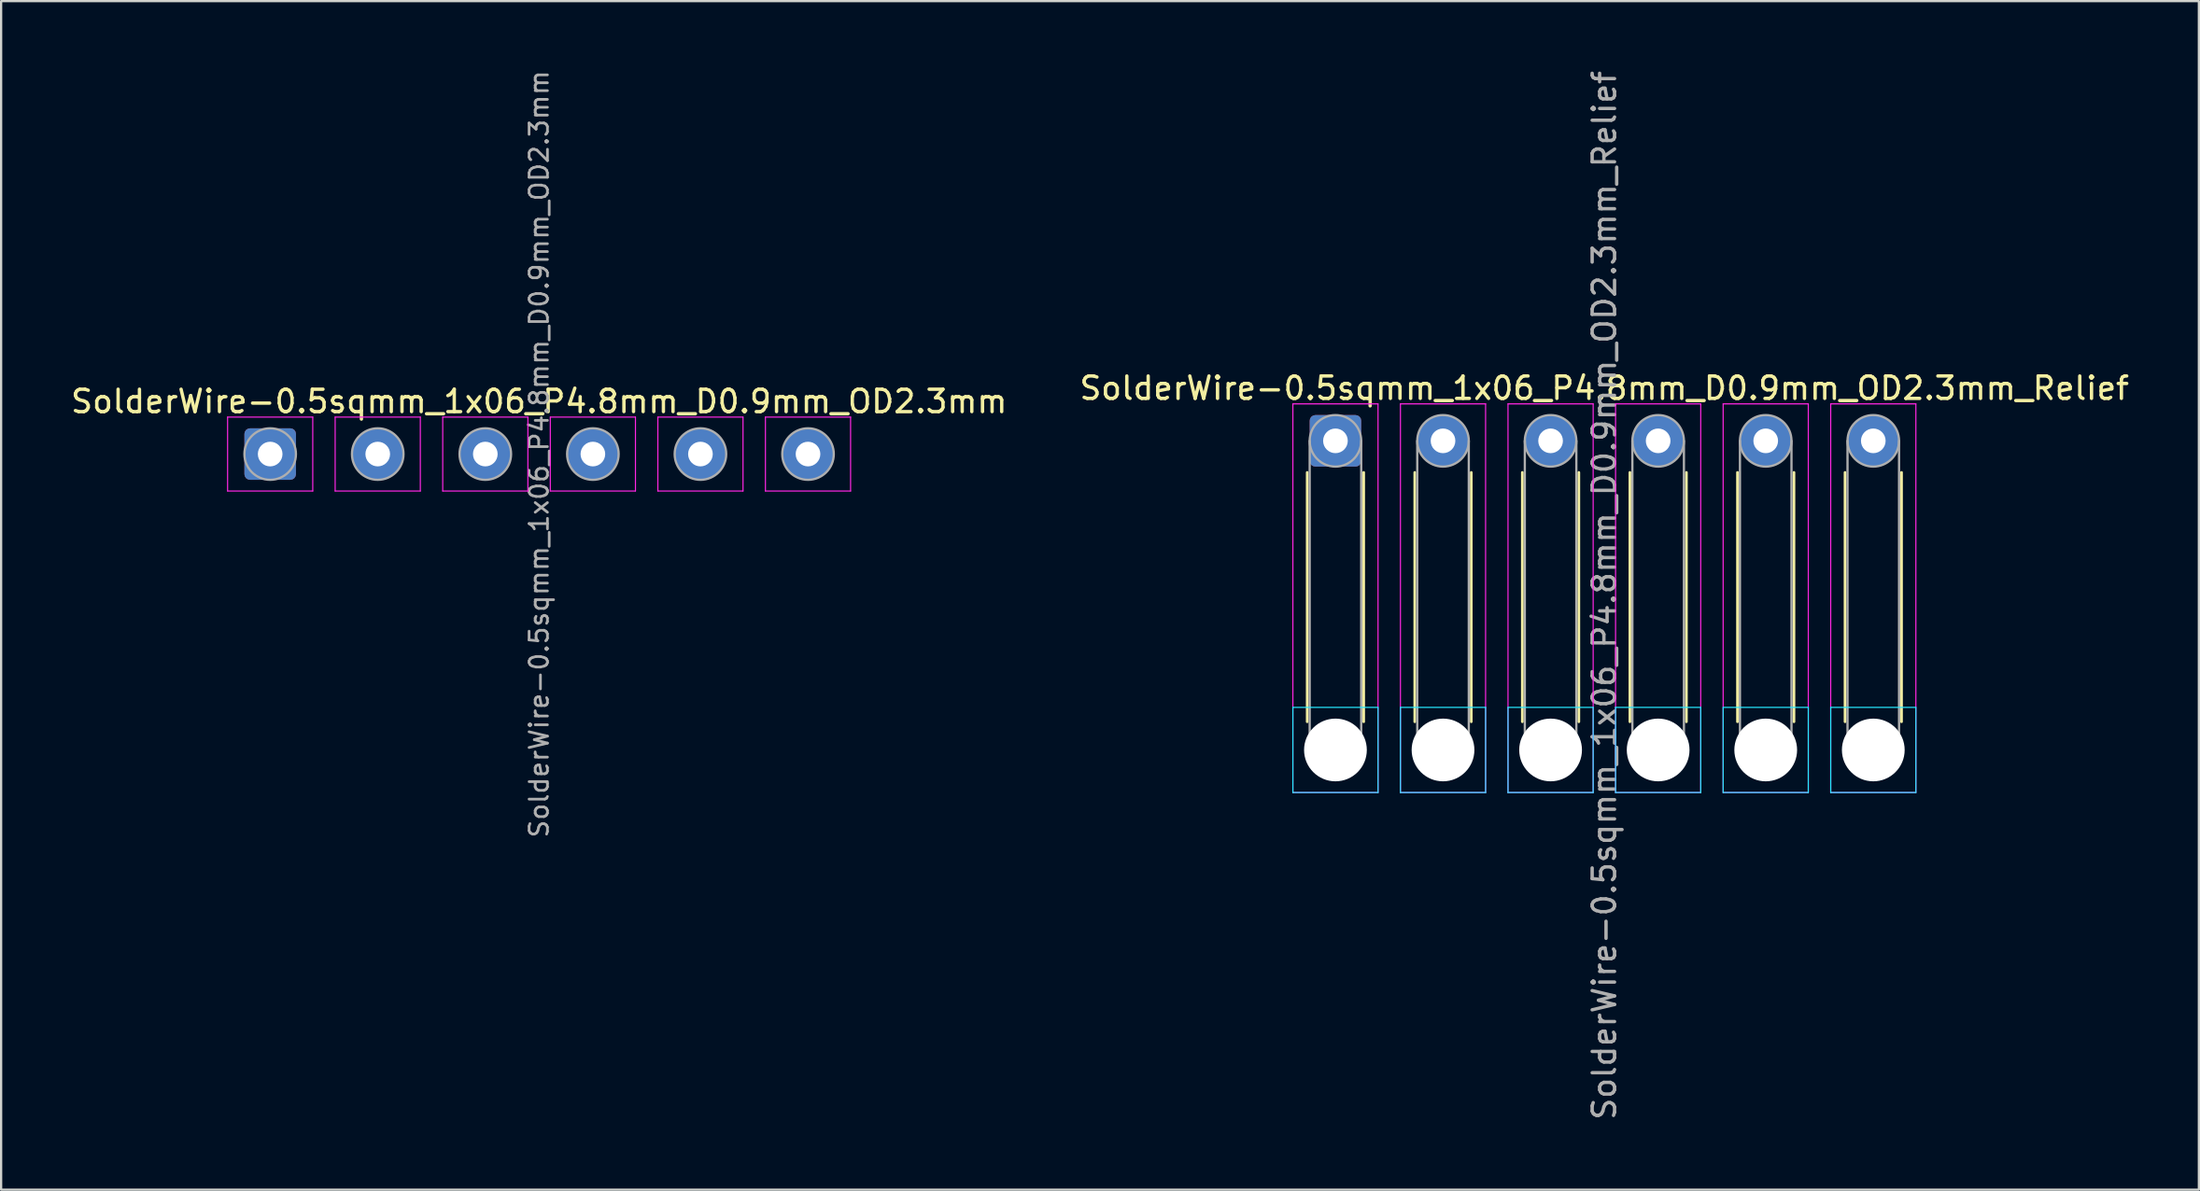
<source format=kicad_pcb>
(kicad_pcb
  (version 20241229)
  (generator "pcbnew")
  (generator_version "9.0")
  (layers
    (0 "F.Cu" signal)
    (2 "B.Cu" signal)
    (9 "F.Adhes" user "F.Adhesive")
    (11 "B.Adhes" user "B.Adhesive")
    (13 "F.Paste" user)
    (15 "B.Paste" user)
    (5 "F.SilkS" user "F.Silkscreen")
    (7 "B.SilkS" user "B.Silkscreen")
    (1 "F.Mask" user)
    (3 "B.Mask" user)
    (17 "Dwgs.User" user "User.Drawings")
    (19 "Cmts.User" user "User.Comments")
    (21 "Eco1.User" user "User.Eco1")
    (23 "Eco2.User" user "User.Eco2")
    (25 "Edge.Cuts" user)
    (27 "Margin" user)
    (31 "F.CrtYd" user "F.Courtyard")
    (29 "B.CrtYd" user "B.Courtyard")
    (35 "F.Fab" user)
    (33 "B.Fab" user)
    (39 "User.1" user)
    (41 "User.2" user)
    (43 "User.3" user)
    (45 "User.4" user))
  (footprint "SolderWire-0.5sqmm_1x06_P4.8mm_D0.9mm_OD2.3mm_Relief"
    (layer "F.Cu")
    (at 56.542 16.63)
    (property "Reference" "SolderWire-0.5sqmm_1x06_P4.8mm_D0.9mm_OD2.3mm_Relief" (at 12 -2.35 0) (layer "F.SilkS") (effects (font (size 1 1) (thickness 0.15))))
    (attr exclude_from_pos_files exclude_from_bom)
    (fp_line (start -1.26 1.41) (end -1.26 12.54) (stroke (width 0.12) (type solid)) (layer "F.SilkS"))
    (fp_line (start 1.26 1.41) (end 1.26 12.54) (stroke (width 0.12) (type solid)) (layer "F.SilkS"))
    (fp_line (start 3.54 1.41) (end 3.54 12.54) (stroke (width 0.12) (type solid)) (layer "F.SilkS"))
    (fp_line (start 6.06 1.41) (end 6.06 12.54) (stroke (width 0.12) (type solid)) (layer "F.SilkS"))
    (fp_line (start 8.34 1.41) (end 8.34 12.54) (stroke (width 0.12) (type solid)) (layer "F.SilkS"))
    (fp_line (start 10.86 1.41) (end 10.86 12.54) (stroke (width 0.12) (type solid)) (layer "F.SilkS"))
    (fp_line (start 13.14 1.41) (end 13.14 12.54) (stroke (width 0.12) (type solid)) (layer "F.SilkS"))
    (fp_line (start 15.66 1.41) (end 15.66 12.54) (stroke (width 0.12) (type solid)) (layer "F.SilkS"))
    (fp_line (start 17.94 1.41) (end 17.94 12.54) (stroke (width 0.12) (type solid)) (layer "F.SilkS"))
    (fp_line (start 20.46 1.41) (end 20.46 12.54) (stroke (width 0.12) (type solid)) (layer "F.SilkS"))
    (fp_line (start 22.74 1.41) (end 22.74 12.54) (stroke (width 0.12) (type solid)) (layer "F.SilkS"))
    (fp_line (start 25.26 1.41) (end 25.26 12.54) (stroke (width 0.12) (type solid)) (layer "F.SilkS"))
    (fp_line (start -1.9 11.9) (end -1.9 15.7) (stroke (width 0.05) (type solid)) (layer "B.CrtYd"))
    (fp_line (start -1.9 15.7) (end 1.9 15.7) (stroke (width 0.05) (type solid)) (layer "B.CrtYd"))
    (fp_line (start 1.9 11.9) (end -1.9 11.9) (stroke (width 0.05) (type solid)) (layer "B.CrtYd"))
    (fp_line (start 1.9 15.7) (end 1.9 11.9) (stroke (width 0.05) (type solid)) (layer "B.CrtYd"))
    (fp_line (start 2.9 11.9) (end 2.9 15.7) (stroke (width 0.05) (type solid)) (layer "B.CrtYd"))
    (fp_line (start 2.9 15.7) (end 6.7 15.7) (stroke (width 0.05) (type solid)) (layer "B.CrtYd"))
    (fp_line (start 6.7 11.9) (end 2.9 11.9) (stroke (width 0.05) (type solid)) (layer "B.CrtYd"))
    (fp_line (start 6.7 15.7) (end 6.7 11.9) (stroke (width 0.05) (type solid)) (layer "B.CrtYd"))
    (fp_line (start 7.7 11.9) (end 7.7 15.7) (stroke (width 0.05) (type solid)) (layer "B.CrtYd"))
    (fp_line (start 7.7 15.7) (end 11.5 15.7) (stroke (width 0.05) (type solid)) (layer "B.CrtYd"))
    (fp_line (start 11.5 11.9) (end 7.7 11.9) (stroke (width 0.05) (type solid)) (layer "B.CrtYd"))
    (fp_line (start 11.5 15.7) (end 11.5 11.9) (stroke (width 0.05) (type solid)) (layer "B.CrtYd"))
    (fp_line (start 12.5 11.9) (end 12.5 15.7) (stroke (width 0.05) (type solid)) (layer "B.CrtYd"))
    (fp_line (start 12.5 15.7) (end 16.3 15.7) (stroke (width 0.05) (type solid)) (layer "B.CrtYd"))
    (fp_line (start 16.3 11.9) (end 12.5 11.9) (stroke (width 0.05) (type solid)) (layer "B.CrtYd"))
    (fp_line (start 16.3 15.7) (end 16.3 11.9) (stroke (width 0.05) (type solid)) (layer "B.CrtYd"))
    (fp_line (start 17.3 11.9) (end 17.3 15.7) (stroke (width 0.05) (type solid)) (layer "B.CrtYd"))
    (fp_line (start 17.3 15.7) (end 21.1 15.7) (stroke (width 0.05) (type solid)) (layer "B.CrtYd"))
    (fp_line (start 21.1 11.9) (end 17.3 11.9) (stroke (width 0.05) (type solid)) (layer "B.CrtYd"))
    (fp_line (start 21.1 15.7) (end 21.1 11.9) (stroke (width 0.05) (type solid)) (layer "B.CrtYd"))
    (fp_line (start 22.1 11.9) (end 22.1 15.7) (stroke (width 0.05) (type solid)) (layer "B.CrtYd"))
    (fp_line (start 22.1 15.7) (end 25.9 15.7) (stroke (width 0.05) (type solid)) (layer "B.CrtYd"))
    (fp_line (start 25.9 11.9) (end 22.1 11.9) (stroke (width 0.05) (type solid)) (layer "B.CrtYd"))
    (fp_line (start 25.9 15.7) (end 25.9 11.9) (stroke (width 0.05) (type solid)) (layer "B.CrtYd"))
    (fp_line (start -1.9 -1.65) (end -1.9 15.7) (stroke (width 0.05) (type solid)) (layer "F.CrtYd"))
    (fp_line (start -1.9 15.7) (end 1.9 15.7) (stroke (width 0.05) (type solid)) (layer "F.CrtYd"))
    (fp_line (start 1.9 -1.65) (end -1.9 -1.65) (stroke (width 0.05) (type solid)) (layer "F.CrtYd"))
    (fp_line (start 1.9 15.7) (end 1.9 -1.65) (stroke (width 0.05) (type solid)) (layer "F.CrtYd"))
    (fp_line (start 2.9 -1.65) (end 2.9 15.7) (stroke (width 0.05) (type solid)) (layer "F.CrtYd"))
    (fp_line (start 2.9 15.7) (end 6.7 15.7) (stroke (width 0.05) (type solid)) (layer "F.CrtYd"))
    (fp_line (start 6.7 -1.65) (end 2.9 -1.65) (stroke (width 0.05) (type solid)) (layer "F.CrtYd"))
    (fp_line (start 6.7 15.7) (end 6.7 -1.65) (stroke (width 0.05) (type solid)) (layer "F.CrtYd"))
    (fp_line (start 7.7 -1.65) (end 7.7 15.7) (stroke (width 0.05) (type solid)) (layer "F.CrtYd"))
    (fp_line (start 7.7 15.7) (end 11.5 15.7) (stroke (width 0.05) (type solid)) (layer "F.CrtYd"))
    (fp_line (start 11.5 -1.65) (end 7.7 -1.65) (stroke (width 0.05) (type solid)) (layer "F.CrtYd"))
    (fp_line (start 11.5 15.7) (end 11.5 -1.65) (stroke (width 0.05) (type solid)) (layer "F.CrtYd"))
    (fp_line (start 12.5 -1.65) (end 12.5 15.7) (stroke (width 0.05) (type solid)) (layer "F.CrtYd"))
    (fp_line (start 12.5 15.7) (end 16.3 15.7) (stroke (width 0.05) (type solid)) (layer "F.CrtYd"))
    (fp_line (start 16.3 -1.65) (end 12.5 -1.65) (stroke (width 0.05) (type solid)) (layer "F.CrtYd"))
    (fp_line (start 16.3 15.7) (end 16.3 -1.65) (stroke (width 0.05) (type solid)) (layer "F.CrtYd"))
    (fp_line (start 17.3 -1.65) (end 17.3 15.7) (stroke (width 0.05) (type solid)) (layer "F.CrtYd"))
    (fp_line (start 17.3 15.7) (end 21.1 15.7) (stroke (width 0.05) (type solid)) (layer "F.CrtYd"))
    (fp_line (start 21.1 -1.65) (end 17.3 -1.65) (stroke (width 0.05) (type solid)) (layer "F.CrtYd"))
    (fp_line (start 21.1 15.7) (end 21.1 -1.65) (stroke (width 0.05) (type solid)) (layer "F.CrtYd"))
    (fp_line (start 22.1 -1.65) (end 22.1 15.7) (stroke (width 0.05) (type solid)) (layer "F.CrtYd"))
    (fp_line (start 22.1 15.7) (end 25.9 15.7) (stroke (width 0.05) (type solid)) (layer "F.CrtYd"))
    (fp_line (start 25.9 -1.65) (end 22.1 -1.65) (stroke (width 0.05) (type solid)) (layer "F.CrtYd"))
    (fp_line (start 25.9 15.7) (end 25.9 -1.65) (stroke (width 0.05) (type solid)) (layer "F.CrtYd"))
    (fp_line (start -1.15 0) (end -1.15 13.8) (stroke (width 0.1) (type solid)) (layer "F.Fab"))
    (fp_line (start 1.15 0) (end 1.15 13.8) (stroke (width 0.1) (type solid)) (layer "F.Fab"))
    (fp_line (start 3.65 0) (end 3.65 13.8) (stroke (width 0.1) (type solid)) (layer "F.Fab"))
    (fp_line (start 5.95 0) (end 5.95 13.8) (stroke (width 0.1) (type solid)) (layer "F.Fab"))
    (fp_line (start 8.45 0) (end 8.45 13.8) (stroke (width 0.1) (type solid)) (layer "F.Fab"))
    (fp_line (start 10.75 0) (end 10.75 13.8) (stroke (width 0.1) (type solid)) (layer "F.Fab"))
    (fp_line (start 13.25 0) (end 13.25 13.8) (stroke (width 0.1) (type solid)) (layer "F.Fab"))
    (fp_line (start 15.55 0) (end 15.55 13.8) (stroke (width 0.1) (type solid)) (layer "F.Fab"))
    (fp_line (start 18.05 0) (end 18.05 13.8) (stroke (width 0.1) (type solid)) (layer "F.Fab"))
    (fp_line (start 20.35 0) (end 20.35 13.8) (stroke (width 0.1) (type solid)) (layer "F.Fab"))
    (fp_line (start 22.85 0) (end 22.85 13.8) (stroke (width 0.1) (type solid)) (layer "F.Fab"))
    (fp_line (start 25.15 0) (end 25.15 13.8) (stroke (width 0.1) (type solid)) (layer "F.Fab"))
    (fp_circle (center 0 0) (end 1.15 0) (stroke (width 0.1) (type solid)) (fill no) (layer "F.Fab"))
    (fp_circle (center 0 13.8) (end 1.15 13.8) (stroke (width 0.1) (type solid)) (fill no) (layer "F.Fab"))
    (fp_circle (center 4.8 0) (end 5.95 0) (stroke (width 0.1) (type solid)) (fill no) (layer "F.Fab"))
    (fp_circle (center 4.8 13.8) (end 5.95 13.8) (stroke (width 0.1) (type solid)) (fill no) (layer "F.Fab"))
    (fp_circle (center 9.6 0) (end 10.75 0) (stroke (width 0.1) (type solid)) (fill no) (layer "F.Fab"))
    (fp_circle (center 9.6 13.8) (end 10.75 13.8) (stroke (width 0.1) (type solid)) (fill no) (layer "F.Fab"))
    (fp_circle (center 14.4 0) (end 15.55 0) (stroke (width 0.1) (type solid)) (fill no) (layer "F.Fab"))
    (fp_circle (center 14.4 13.8) (end 15.55 13.8) (stroke (width 0.1) (type solid)) (fill no) (layer "F.Fab"))
    (fp_circle (center 19.2 0) (end 20.35 0) (stroke (width 0.1) (type solid)) (fill no) (layer "F.Fab"))
    (fp_circle (center 19.2 13.8) (end 20.35 13.8) (stroke (width 0.1) (type solid)) (fill no) (layer "F.Fab"))
    (fp_circle (center 24 0) (end 25.15 0) (stroke (width 0.1) (type solid)) (fill no) (layer "F.Fab"))
    (fp_circle (center 24 13.8) (end 25.15 13.8) (stroke (width 0.1) (type solid)) (fill no) (layer "F.Fab"))
    (fp_text user "${REFERENCE}" (at 12 6.9 90) (layer "F.Fab") (effects (font (size 1 1) (thickness 0.15))))
    (pad "" np_thru_hole circle (at 0 13.8) (size 2.8 2.8) (drill 2.8) (layers "*.Cu" "*.Mask"))
    (pad "" np_thru_hole circle (at 4.8 13.8) (size 2.8 2.8) (drill 2.8) (layers "*.Cu" "*.Mask"))
    (pad "" np_thru_hole circle (at 9.6 13.8) (size 2.8 2.8) (drill 2.8) (layers "*.Cu" "*.Mask"))
    (pad "" np_thru_hole circle (at 14.4 13.8) (size 2.8 2.8) (drill 2.8) (layers "*.Cu" "*.Mask"))
    (pad "" np_thru_hole circle (at 19.2 13.8) (size 2.8 2.8) (drill 2.8) (layers "*.Cu" "*.Mask"))
    (pad "" np_thru_hole circle (at 24 13.8) (size 2.8 2.8) (drill 2.8) (layers "*.Cu" "*.Mask"))
    (pad "1" thru_hole roundrect (at 0 0) (size 2.3 2.3) (drill 1.1) (layers "*.Cu" "*.Mask") (roundrect_rratio 0.109))
    (pad "2" thru_hole circle (at 4.8 0) (size 2.3 2.3) (drill 1.1) (layers "*.Cu" "*.Mask"))
    (pad "3" thru_hole circle (at 9.6 0) (size 2.3 2.3) (drill 1.1) (layers "*.Cu" "*.Mask"))
    (pad "4" thru_hole circle (at 14.4 0) (size 2.3 2.3) (drill 1.1) (layers "*.Cu" "*.Mask"))
    (pad "5" thru_hole circle (at 19.2 0) (size 2.3 2.3) (drill 1.1) (layers "*.Cu" "*.Mask"))
    (pad "6" thru_hole circle (at 24 0) (size 2.3 2.3) (drill 1.1) (layers "*.Cu" "*.Mask")))
  (footprint "SolderWire-0.5sqmm_1x06_P4.8mm_D0.9mm_OD2.3mm"
    (layer "F.Cu")
    (at 9.006 17.22)
    (property "Reference" "SolderWire-0.5sqmm_1x06_P4.8mm_D0.9mm_OD2.3mm" (at 12 -2.35 0) (layer "F.SilkS") (effects (font (size 1 1) (thickness 0.15))))
    (attr exclude_from_pos_files exclude_from_bom)
    (fp_line (start -1.9 -1.65) (end -1.9 1.65) (stroke (width 0.05) (type solid)) (layer "F.CrtYd"))
    (fp_line (start -1.9 1.65) (end 1.9 1.65) (stroke (width 0.05) (type solid)) (layer "F.CrtYd"))
    (fp_line (start 1.9 -1.65) (end -1.9 -1.65) (stroke (width 0.05) (type solid)) (layer "F.CrtYd"))
    (fp_line (start 1.9 1.65) (end 1.9 -1.65) (stroke (width 0.05) (type solid)) (layer "F.CrtYd"))
    (fp_line (start 2.9 -1.65) (end 2.9 1.65) (stroke (width 0.05) (type solid)) (layer "F.CrtYd"))
    (fp_line (start 2.9 1.65) (end 6.7 1.65) (stroke (width 0.05) (type solid)) (layer "F.CrtYd"))
    (fp_line (start 6.7 -1.65) (end 2.9 -1.65) (stroke (width 0.05) (type solid)) (layer "F.CrtYd"))
    (fp_line (start 6.7 1.65) (end 6.7 -1.65) (stroke (width 0.05) (type solid)) (layer "F.CrtYd"))
    (fp_line (start 7.7 -1.65) (end 7.7 1.65) (stroke (width 0.05) (type solid)) (layer "F.CrtYd"))
    (fp_line (start 7.7 1.65) (end 11.5 1.65) (stroke (width 0.05) (type solid)) (layer "F.CrtYd"))
    (fp_line (start 11.5 -1.65) (end 7.7 -1.65) (stroke (width 0.05) (type solid)) (layer "F.CrtYd"))
    (fp_line (start 11.5 1.65) (end 11.5 -1.65) (stroke (width 0.05) (type solid)) (layer "F.CrtYd"))
    (fp_line (start 12.5 -1.65) (end 12.5 1.65) (stroke (width 0.05) (type solid)) (layer "F.CrtYd"))
    (fp_line (start 12.5 1.65) (end 16.3 1.65) (stroke (width 0.05) (type solid)) (layer "F.CrtYd"))
    (fp_line (start 16.3 -1.65) (end 12.5 -1.65) (stroke (width 0.05) (type solid)) (layer "F.CrtYd"))
    (fp_line (start 16.3 1.65) (end 16.3 -1.65) (stroke (width 0.05) (type solid)) (layer "F.CrtYd"))
    (fp_line (start 17.3 -1.65) (end 17.3 1.65) (stroke (width 0.05) (type solid)) (layer "F.CrtYd"))
    (fp_line (start 17.3 1.65) (end 21.1 1.65) (stroke (width 0.05) (type solid)) (layer "F.CrtYd"))
    (fp_line (start 21.1 -1.65) (end 17.3 -1.65) (stroke (width 0.05) (type solid)) (layer "F.CrtYd"))
    (fp_line (start 21.1 1.65) (end 21.1 -1.65) (stroke (width 0.05) (type solid)) (layer "F.CrtYd"))
    (fp_line (start 22.1 -1.65) (end 22.1 1.65) (stroke (width 0.05) (type solid)) (layer "F.CrtYd"))
    (fp_line (start 22.1 1.65) (end 25.9 1.65) (stroke (width 0.05) (type solid)) (layer "F.CrtYd"))
    (fp_line (start 25.9 -1.65) (end 22.1 -1.65) (stroke (width 0.05) (type solid)) (layer "F.CrtYd"))
    (fp_line (start 25.9 1.65) (end 25.9 -1.65) (stroke (width 0.05) (type solid)) (layer "F.CrtYd"))
    (fp_circle (center 0 0) (end 1.15 0) (stroke (width 0.1) (type solid)) (fill no) (layer "F.Fab"))
    (fp_circle (center 4.8 0) (end 5.95 0) (stroke (width 0.1) (type solid)) (fill no) (layer "F.Fab"))
    (fp_circle (center 9.6 0) (end 10.75 0) (stroke (width 0.1) (type solid)) (fill no) (layer "F.Fab"))
    (fp_circle (center 14.4 0) (end 15.55 0) (stroke (width 0.1) (type solid)) (fill no) (layer "F.Fab"))
    (fp_circle (center 19.2 0) (end 20.35 0) (stroke (width 0.1) (type solid)) (fill no) (layer "F.Fab"))
    (fp_circle (center 24 0) (end 25.15 0) (stroke (width 0.1) (type solid)) (fill no) (layer "F.Fab"))
    (fp_text user "${REFERENCE}" (at 12 0 90) (layer "F.Fab") (effects (font (size 0.82 0.82) (thickness 0.12))))
    (pad "1" thru_hole roundrect (at 0 0) (size 2.3 2.3) (drill 1.1) (layers "*.Cu" "*.Mask") (roundrect_rratio 0.109))
    (pad "2" thru_hole circle (at 4.8 0) (size 2.3 2.3) (drill 1.1) (layers "*.Cu" "*.Mask"))
    (pad "3" thru_hole circle (at 9.6 0) (size 2.3 2.3) (drill 1.1) (layers "*.Cu" "*.Mask"))
    (pad "4" thru_hole circle (at 14.4 0) (size 2.3 2.3) (drill 1.1) (layers "*.Cu" "*.Mask"))
    (pad "5" thru_hole circle (at 19.2 0) (size 2.3 2.3) (drill 1.1) (layers "*.Cu" "*.Mask"))
    (pad "6" thru_hole circle (at 24 0) (size 2.3 2.3) (drill 1.1) (layers "*.Cu" "*.Mask")))
  (gr_rect
    (start -3 -3)
    (end 95.071 50.06)
    (stroke (width 0.1) (type default))
    (fill no)
    (layer "Edge.Cuts")))
</source>
